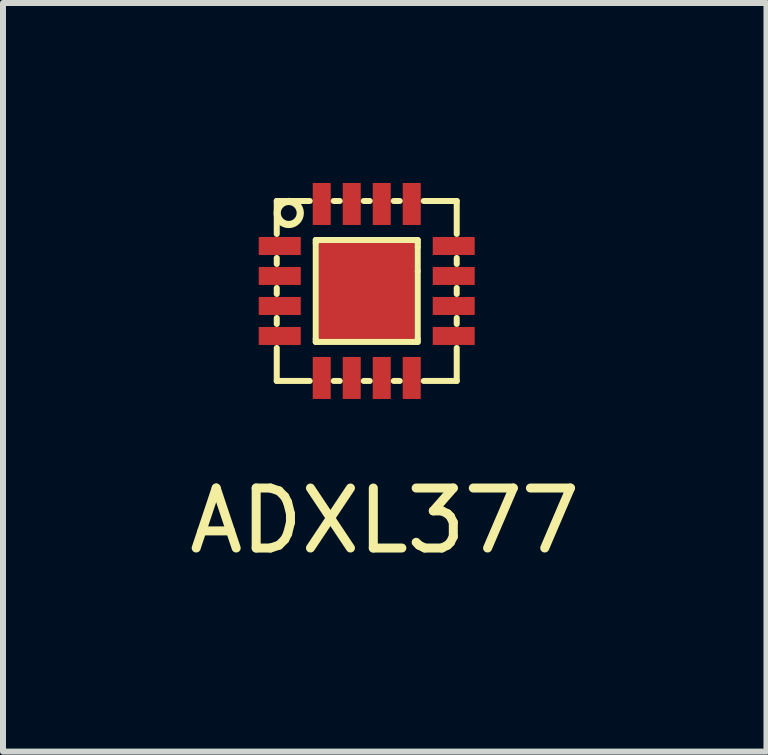
<source format=kicad_pcb>
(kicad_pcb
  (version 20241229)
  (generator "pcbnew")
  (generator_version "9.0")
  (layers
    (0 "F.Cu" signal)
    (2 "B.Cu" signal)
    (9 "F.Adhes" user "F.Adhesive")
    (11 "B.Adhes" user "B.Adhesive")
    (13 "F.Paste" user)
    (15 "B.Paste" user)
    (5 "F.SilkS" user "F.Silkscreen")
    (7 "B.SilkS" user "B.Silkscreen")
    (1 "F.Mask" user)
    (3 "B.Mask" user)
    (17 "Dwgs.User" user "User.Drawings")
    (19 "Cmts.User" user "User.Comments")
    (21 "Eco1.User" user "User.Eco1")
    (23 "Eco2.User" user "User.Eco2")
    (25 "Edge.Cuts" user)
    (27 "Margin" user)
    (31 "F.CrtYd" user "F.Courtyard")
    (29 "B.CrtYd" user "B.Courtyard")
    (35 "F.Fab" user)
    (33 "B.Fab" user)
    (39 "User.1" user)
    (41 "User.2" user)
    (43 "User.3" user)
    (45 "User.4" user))
  (footprint "ADXL377"
    (layer "F.Cu")
    (at 3.063 4.83)
    (property "Reference" "ADXL377" (at 0.3 0.8 0) (layer "F.SilkS") (effects (font (size 1 1) (thickness 0.15))))
    (attr through_hole)
    (fp_line (start -1.5 -4.53) (end -1.5 -3.98) (stroke (width 0.1) (type solid)) (layer "F.SilkS"))
    (fp_line (start -1.5 -3.58) (end -1.5 -3.48) (stroke (width 0.1) (type solid)) (layer "F.SilkS"))
    (fp_line (start -1.5 -3.08) (end -1.5 -2.98) (stroke (width 0.1) (type solid)) (layer "F.SilkS"))
    (fp_line (start -1.5 -2.58) (end -1.5 -2.48) (stroke (width 0.1) (type solid)) (layer "F.SilkS"))
    (fp_line (start -1.5 -2.08) (end -1.5 -1.53) (stroke (width 0.1) (type solid)) (layer "F.SilkS"))
    (fp_line (start -1.5 -1.53) (end -0.95 -1.53) (stroke (width 0.1) (type solid)) (layer "F.SilkS"))
    (fp_line (start -0.95 -4.53) (end -1.5 -4.53) (stroke (width 0.1) (type solid)) (layer "F.SilkS"))
    (fp_line (start -0.85 -3.88) (end -0.85 -3.83) (stroke (width 0.1) (type solid)) (layer "F.SilkS"))
    (fp_line (start -0.85 -2.23) (end -0.85 -3.83) (stroke (width 0.1) (type solid)) (layer "F.SilkS"))
    (fp_line (start -0.85 -2.23) (end -0.85 -2.18) (stroke (width 0.1) (type solid)) (layer "F.SilkS"))
    (fp_line (start -0.85 -2.18) (end -0.8 -2.18) (stroke (width 0.1) (type solid)) (layer "F.SilkS"))
    (fp_line (start -0.8 -3.88) (end -0.85 -3.88) (stroke (width 0.1) (type solid)) (layer "F.SilkS"))
    (fp_line (start -0.8 -3.88) (end 0.8 -3.88) (stroke (width 0.1) (type solid)) (layer "F.SilkS"))
    (fp_line (start -0.55 -1.53) (end -0.45 -1.53) (stroke (width 0.1) (type solid)) (layer "F.SilkS"))
    (fp_line (start -0.45 -4.53) (end -0.55 -4.53) (stroke (width 0.1) (type solid)) (layer "F.SilkS"))
    (fp_line (start -0.05 -1.53) (end 0.05 -1.53) (stroke (width 0.1) (type solid)) (layer "F.SilkS"))
    (fp_line (start 0.05 -4.53) (end -0.05 -4.53) (stroke (width 0.1) (type solid)) (layer "F.SilkS"))
    (fp_line (start 0.45 -1.53) (end 0.55 -1.53) (stroke (width 0.1) (type solid)) (layer "F.SilkS"))
    (fp_line (start 0.55 -4.53) (end 0.45 -4.53) (stroke (width 0.1) (type solid)) (layer "F.SilkS"))
    (fp_line (start 0.8 -3.88) (end 0.85 -3.88) (stroke (width 0.1) (type solid)) (layer "F.SilkS"))
    (fp_line (start 0.8 -2.18) (end -0.8 -2.18) (stroke (width 0.1) (type solid)) (layer "F.SilkS"))
    (fp_line (start 0.8 -2.18) (end 0.85 -2.18) (stroke (width 0.1) (type solid)) (layer "F.SilkS"))
    (fp_line (start 0.85 -3.88) (end 0.85 -3.83) (stroke (width 0.1) (type solid)) (layer "F.SilkS"))
    (fp_line (start 0.85 -3.76) (end 0.85 -3.83) (stroke (width 0.1) (type solid)) (layer "F.SilkS"))
    (fp_line (start 0.85 -3.76) (end 0.85 -3.36) (stroke (width 0.1) (type solid)) (layer "F.SilkS"))
    (fp_line (start 0.85 -3.36) (end 0.85 -2.23) (stroke (width 0.1) (type solid)) (layer "F.SilkS"))
    (fp_line (start 0.85 -2.18) (end 0.85 -2.23) (stroke (width 0.1) (type solid)) (layer "F.SilkS"))
    (fp_line (start 0.95 -1.53) (end 1.5 -1.53) (stroke (width 0.1) (type solid)) (layer "F.SilkS"))
    (fp_line (start 1.5 -4.53) (end 0.95 -4.53) (stroke (width 0.1) (type solid)) (layer "F.SilkS"))
    (fp_line (start 1.5 -3.98) (end 1.5 -4.53) (stroke (width 0.1) (type solid)) (layer "F.SilkS"))
    (fp_line (start 1.5 -3.48) (end 1.5 -3.58) (stroke (width 0.1) (type solid)) (layer "F.SilkS"))
    (fp_line (start 1.5 -2.98) (end 1.5 -3.08) (stroke (width 0.1) (type solid)) (layer "F.SilkS"))
    (fp_line (start 1.5 -2.48) (end 1.5 -2.58) (stroke (width 0.1) (type solid)) (layer "F.SilkS"))
    (fp_line (start 1.5 -1.53) (end 1.5 -2.08) (stroke (width 0.1) (type solid)) (layer "F.SilkS"))
    (fp_circle (center -1.3 -4.33) (end -1.13 -4.24) (stroke (width 0.12) (type solid)) (fill no) (layer "F.SilkS"))
    (pad "" smd rect (at 0 -3.03) (size 1.6 1.6) (layers "F.Cu" "F.Mask" "F.Paste"))
    (pad "1" smd rect (at -1.45 -3.78 270) (size 0.3 0.7) (layers "F.Cu" "F.Mask" "F.Paste"))
    (pad "2" smd rect (at -1.45 -3.28 270) (size 0.3 0.7) (layers "F.Cu" "F.Mask" "F.Paste"))
    (pad "3" smd rect (at -1.45 -2.78 270) (size 0.3 0.7) (layers "F.Cu" "F.Mask" "F.Paste"))
    (pad "4" smd rect (at -1.45 -2.28 270) (size 0.3 0.7) (layers "F.Cu" "F.Mask" "F.Paste"))
    (pad "5" smd rect (at -0.75 -1.58 180) (size 0.3 0.7) (layers "F.Cu" "F.Mask" "F.Paste"))
    (pad "6" smd rect (at -0.25 -1.58 180) (size 0.3 0.7) (layers "F.Cu" "F.Mask" "F.Paste"))
    (pad "7" smd rect (at 0.25 -1.58 180) (size 0.3 0.7) (layers "F.Cu" "F.Mask" "F.Paste"))
    (pad "8" smd rect (at 0.75 -1.58 180) (size 0.3 0.7) (layers "F.Cu" "F.Mask" "F.Paste"))
    (pad "9" smd rect (at 1.45 -2.28 90) (size 0.3 0.7) (layers "F.Cu" "F.Mask" "F.Paste"))
    (pad "10" smd rect (at 1.45 -2.78 90) (size 0.3 0.7) (layers "F.Cu" "F.Mask" "F.Paste"))
    (pad "11" smd rect (at 1.45 -3.28 90) (size 0.3 0.7) (layers "F.Cu" "F.Mask" "F.Paste"))
    (pad "12" smd rect (at 1.45 -3.78 90) (size 0.3 0.7) (layers "F.Cu" "F.Mask" "F.Paste"))
    (pad "13" smd rect (at 0.75 -4.48) (size 0.3 0.7) (layers "F.Cu" "F.Mask" "F.Paste"))
    (pad "14" smd rect (at 0.25 -4.48) (size 0.3 0.7) (layers "F.Cu" "F.Mask" "F.Paste"))
    (pad "15" smd rect (at -0.25 -4.48) (size 0.3 0.7) (layers "F.Cu" "F.Mask" "F.Paste"))
    (pad "16" smd rect (at -0.75 -4.48) (size 0.3 0.7) (layers "F.Cu" "F.Mask" "F.Paste")))
  (gr_rect
    (start -3 -3)
    (end 9.726 9.478)
    (stroke (width 0.1) (type default))
    (fill no)
    (layer "Edge.Cuts")))
</source>
